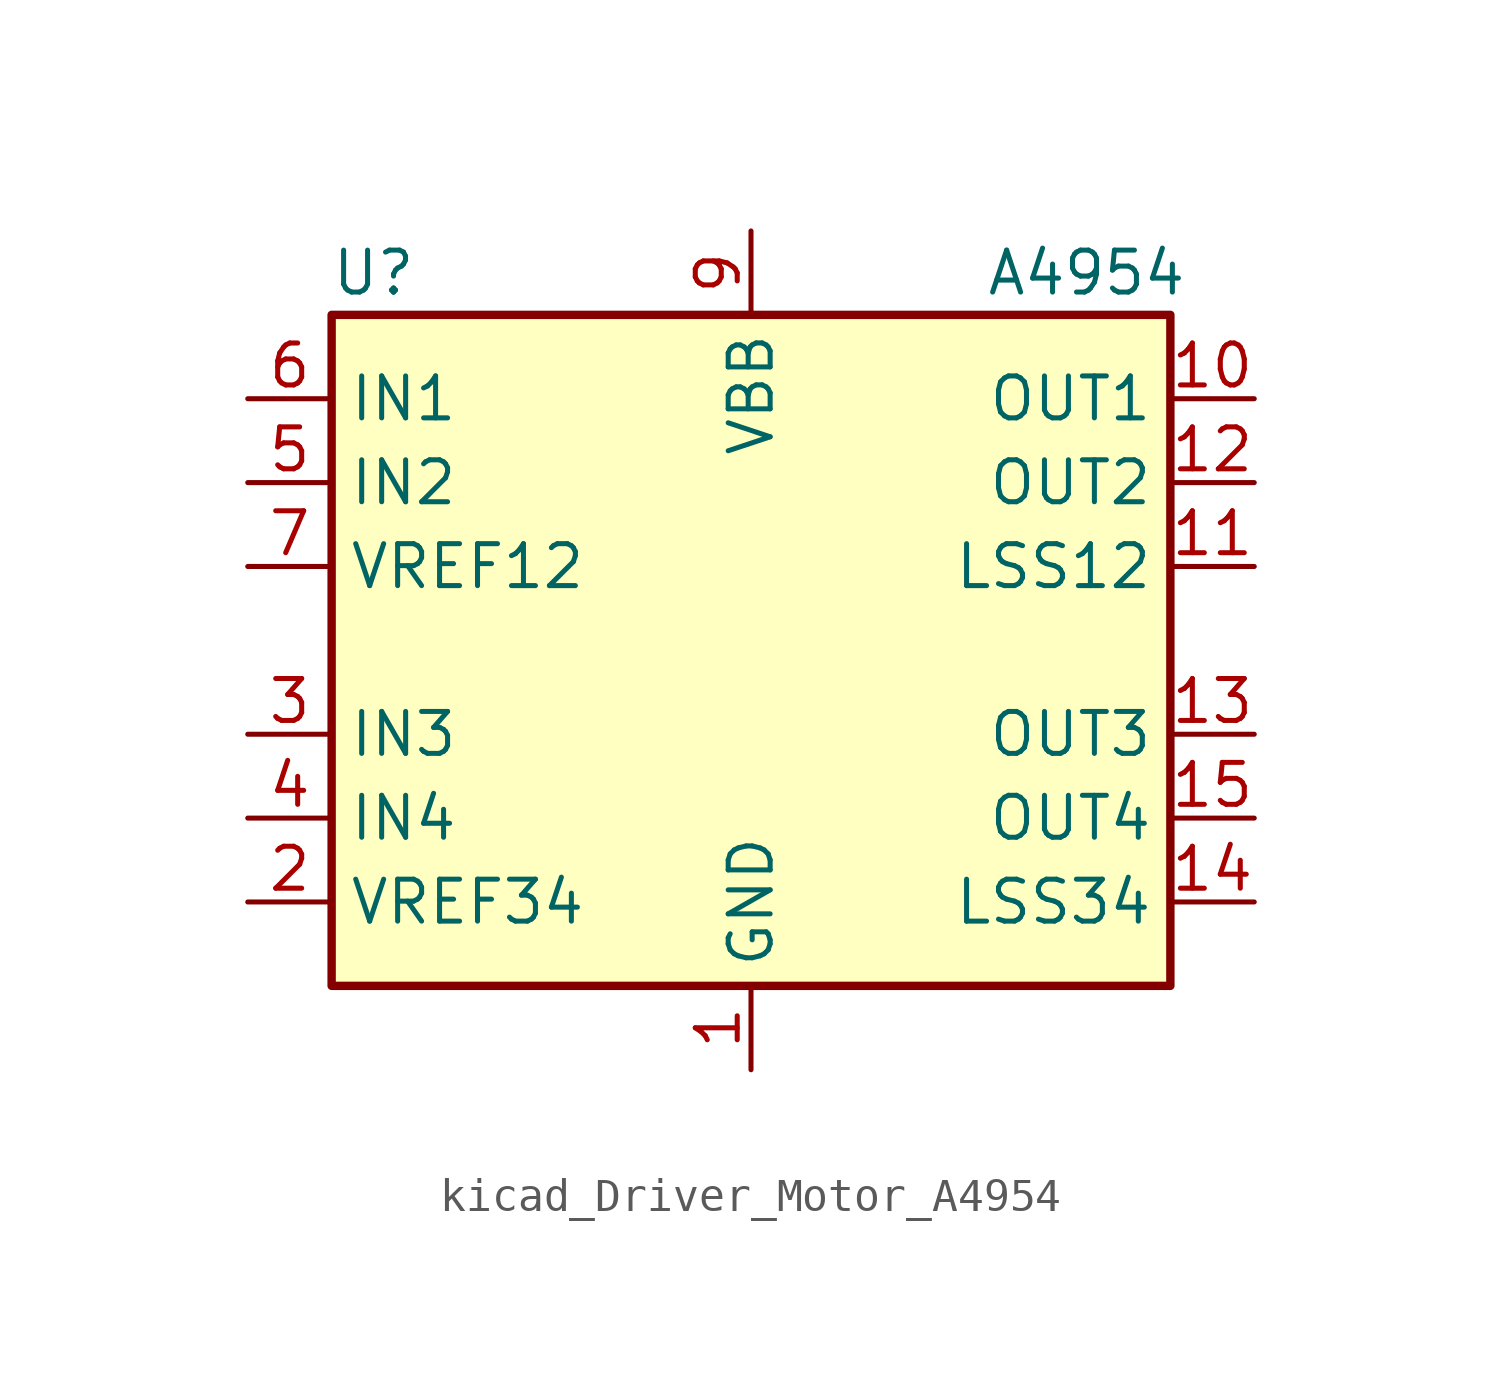
<source format=kicad_sym>
(kicad_symbol_lib
  (version 20220914)
  (generator kicad_symbol_editor)
  (symbol "kicad_Driver_Motor_A4954"
    (property "Reference" "U"
      (at -11.43 11.43 0)
      (effects (font (size 1.27 1.27))))
    (property "Value" "A4954"
      (at 10.16 11.43 0)
      (effects (font (size 1.27 1.27))))
    (symbol "kicad_Driver_Motor_A4954_0_1"
      (rectangle (start -12.7 10.16) (end 12.7 -10.16) (stroke (width 0.254) (type default)) (fill (type background))))
    (symbol "kicad_Driver_Motor_A4954_1_1"
      (pin power_in line (at 0 -12.7 90) (length 2.54) (name "GND" (effects (font (size 1.27 1.27)))) (number "1" (effects (font (size 1.27 1.27)))))
      (pin power_out line (at 15.24 7.62 180) (length 2.54) (name "OUT1" (effects (font (size 1.27 1.27)))) (number "10" (effects (font (size 1.27 1.27)))))
      (pin power_in line (at 15.24 2.54 180) (length 2.54) (name "LSS12" (effects (font (size 1.27 1.27)))) (number "11" (effects (font (size 1.27 1.27)))))
      (pin power_out line (at 15.24 5.08 180) (length 2.54) (name "OUT2" (effects (font (size 1.27 1.27)))) (number "12" (effects (font (size 1.27 1.27)))))
      (pin power_out line (at 15.24 -2.54 180) (length 2.54) (name "OUT3" (effects (font (size 1.27 1.27)))) (number "13" (effects (font (size 1.27 1.27)))))
      (pin power_in line (at 15.24 -7.62 180) (length 2.54) (name "LSS34" (effects (font (size 1.27 1.27)))) (number "14" (effects (font (size 1.27 1.27)))))
      (pin power_out line (at 15.24 -5.08 180) (length 2.54) (name "OUT4" (effects (font (size 1.27 1.27)))) (number "15" (effects (font (size 1.27 1.27)))))
      (pin passive line (at 0 12.7 270) (length 2.54) hide (name "VBB" (effects (font (size 1.27 1.27)))) (number "16" (effects (font (size 1.27 1.27)))))
      (pin passive line (at 0 -12.7 90) (length 2.54) hide (name "GND" (effects (font (size 1.27 1.27)))) (number "17" (effects (font (size 1.27 1.27)))))
      (pin input line (at -15.24 -7.62 0) (length 2.54) (name "VREF34" (effects (font (size 1.27 1.27)))) (number "2" (effects (font (size 1.27 1.27)))))
      (pin input line (at -15.24 -2.54 0) (length 2.54) (name "IN3" (effects (font (size 1.27 1.27)))) (number "3" (effects (font (size 1.27 1.27)))))
      (pin input line (at -15.24 -5.08 0) (length 2.54) (name "IN4" (effects (font (size 1.27 1.27)))) (number "4" (effects (font (size 1.27 1.27)))))
      (pin input line (at -15.24 5.08 0) (length 2.54) (name "IN2" (effects (font (size 1.27 1.27)))) (number "5" (effects (font (size 1.27 1.27)))))
      (pin input line (at -15.24 7.62 0) (length 2.54) (name "IN1" (effects (font (size 1.27 1.27)))) (number "6" (effects (font (size 1.27 1.27)))))
      (pin input line (at -15.24 2.54 0) (length 2.54) (name "VREF12" (effects (font (size 1.27 1.27)))) (number "7" (effects (font (size 1.27 1.27)))))
      (pin passive line (at 0 -12.7 90) (length 2.54) hide (name "GND" (effects (font (size 1.27 1.27)))) (number "8" (effects (font (size 1.27 1.27)))))
      (pin power_in line (at 0 12.7 270) (length 2.54) (name "VBB" (effects (font (size 1.27 1.27)))) (number "9" (effects (font (size 1.27 1.27))))))))
</source>
